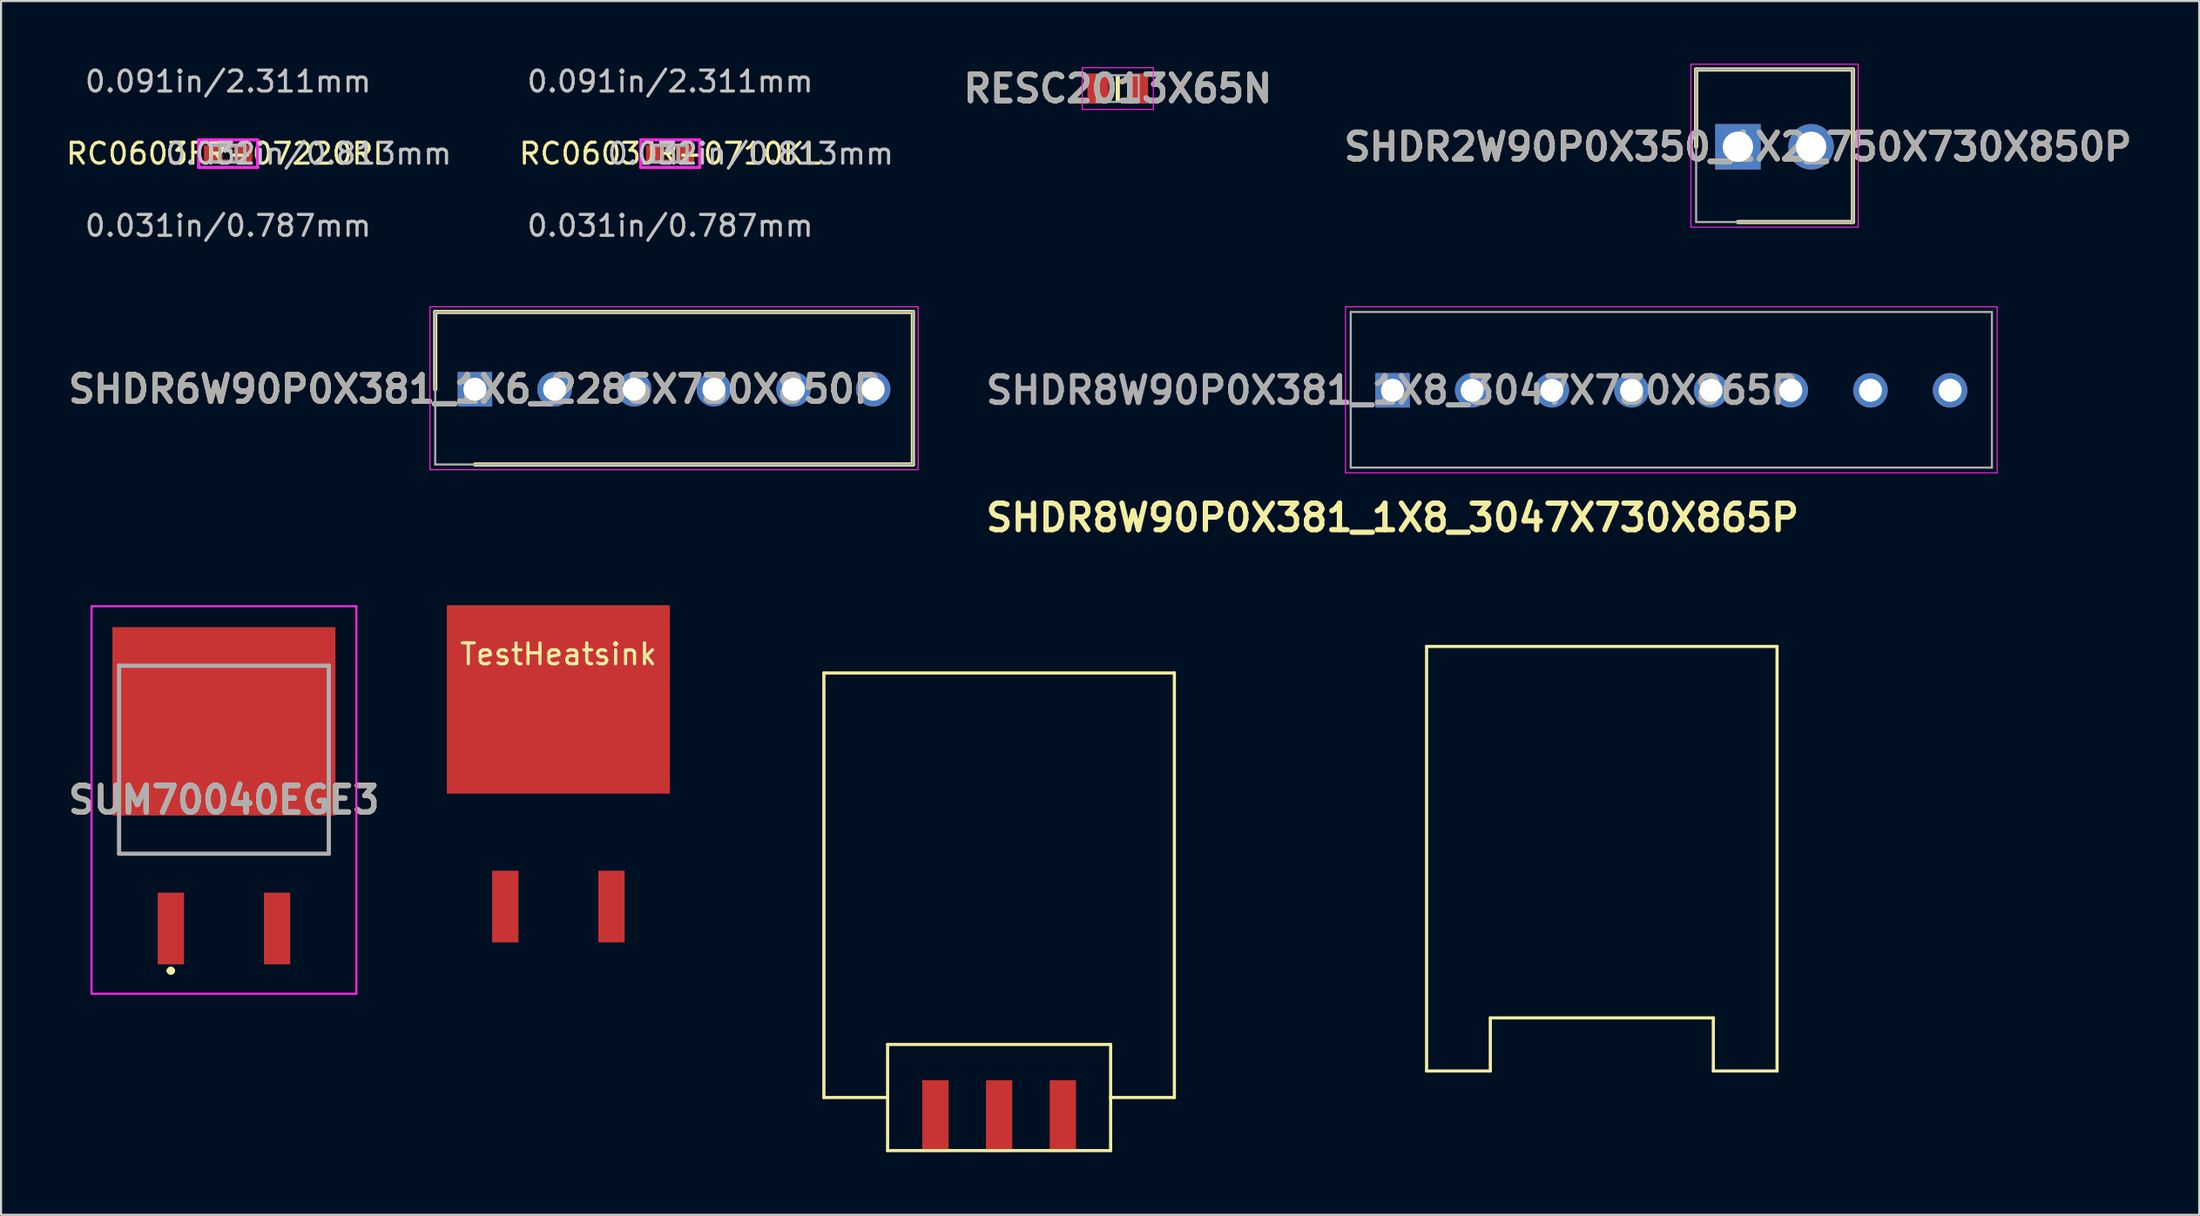
<source format=kicad_pcb>
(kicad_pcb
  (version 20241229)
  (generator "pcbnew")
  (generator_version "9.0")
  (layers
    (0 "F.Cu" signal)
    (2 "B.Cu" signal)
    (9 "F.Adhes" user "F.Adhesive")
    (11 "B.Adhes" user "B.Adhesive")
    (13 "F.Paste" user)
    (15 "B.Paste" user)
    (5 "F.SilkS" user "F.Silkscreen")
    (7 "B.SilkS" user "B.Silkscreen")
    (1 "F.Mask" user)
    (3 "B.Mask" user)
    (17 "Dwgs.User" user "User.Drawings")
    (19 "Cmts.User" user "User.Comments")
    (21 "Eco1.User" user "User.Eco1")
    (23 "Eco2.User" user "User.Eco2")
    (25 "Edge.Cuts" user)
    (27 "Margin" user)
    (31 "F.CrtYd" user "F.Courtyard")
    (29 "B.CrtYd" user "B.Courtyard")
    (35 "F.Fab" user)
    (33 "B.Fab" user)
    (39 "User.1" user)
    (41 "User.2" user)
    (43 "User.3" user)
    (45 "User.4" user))
  (footprint "RC0603FR-07220RL"
    (layer "F.Cu")
    (at 7.863 4.303)
    (property "Reference" "RC0603FR-07220RL" (at 0 0 0) (layer "F.SilkS") (effects (font (size 1 1) (thickness 0.15))))
    (attr through_hole)
    (fp_line (start -0.343 -0.356) (end 0.343 -0.356) (stroke (width 0.152) (type solid)) (layer "F.Cu"))
    (fp_line (start -0.343 0.356) (end -0.343 -0.356) (stroke (width 0.152) (type solid)) (layer "F.Cu"))
    (fp_line (start 0.343 -0.356) (end 0.343 0.356) (stroke (width 0.152) (type solid)) (layer "F.Cu"))
    (fp_line (start 0.343 0.356) (end -0.343 0.356) (stroke (width 0.152) (type solid)) (layer "F.Cu"))
    (fp_line (start -1.41 -0.66) (end 1.41 -0.66) (stroke (width 0.152) (type solid)) (layer "F.CrtYd"))
    (fp_line (start -1.41 0.66) (end -1.41 -0.66) (stroke (width 0.152) (type solid)) (layer "F.CrtYd"))
    (fp_line (start 1.41 -0.66) (end 1.41 0.66) (stroke (width 0.152) (type solid)) (layer "F.CrtYd"))
    (fp_line (start 1.41 0.66) (end -1.41 0.66) (stroke (width 0.152) (type solid)) (layer "F.CrtYd"))
    (fp_line (start -0.8 -0.406) (end -0.8 0.406) (stroke (width 0.152) (type solid)) (layer "F.Fab"))
    (fp_line (start -0.8 -0.406) (end -0.8 0.406) (stroke (width 0.152) (type solid)) (layer "F.Fab"))
    (fp_line (start -0.8 0.406) (end -0.394 0.406) (stroke (width 0.152) (type solid)) (layer "F.Fab"))
    (fp_line (start -0.8 0.406) (end 0.8 0.406) (stroke (width 0.152) (type solid)) (layer "F.Fab"))
    (fp_line (start -0.394 -0.406) (end -0.8 -0.406) (stroke (width 0.152) (type solid)) (layer "F.Fab"))
    (fp_line (start -0.394 0.406) (end -0.394 -0.406) (stroke (width 0.152) (type solid)) (layer "F.Fab"))
    (fp_line (start 0.394 -0.406) (end 0.394 0.406) (stroke (width 0.152) (type solid)) (layer "F.Fab"))
    (fp_line (start 0.394 0.406) (end 0.8 0.406) (stroke (width 0.152) (type solid)) (layer "F.Fab"))
    (fp_line (start 0.8 -0.406) (end -0.8 -0.406) (stroke (width 0.152) (type solid)) (layer "F.Fab"))
    (fp_line (start 0.8 -0.406) (end 0.394 -0.406) (stroke (width 0.152) (type solid)) (layer "F.Fab"))
    (fp_line (start 0.8 0.406) (end 0.8 -0.406) (stroke (width 0.152) (type solid)) (layer "F.Fab"))
    (fp_line (start 0.8 0.406) (end 0.8 -0.406) (stroke (width 0.152) (type solid)) (layer "F.Fab"))
    (fp_text user "*" (at 0 0 0) (layer "F.SilkS") (effects (font (size 1 1) (thickness 0.15))))
    (fp_text user "0.091in/2.311mm" (at 0 -3.454 0) (layer "Dwgs.User") (effects (font (size 1 1) (thickness 0.15))))
    (fp_text user "0.032in/0.813mm" (at 3.848 0 0) (layer "Dwgs.User") (effects (font (size 1 1) (thickness 0.15))))
    (fp_text user "0.031in/0.787mm" (at 0 3.454 0) (layer "Dwgs.User") (effects (font (size 1 1) (thickness 0.15))))
    (fp_text user "Copyright 2016 Accelerated Designs. All rights reserved." (at 0 0 0) (layer "Cmts.User") (effects (font (size 0.127 0.127) (thickness 0.002))))
    (fp_text user "*" (at 0 0 0) (layer "F.Fab") (effects (font (size 1 1) (thickness 0.15))))
    (pad "1" smd rect (at -0.775 0) (size 0.762 0.813) (layers "F.Cu" "F.Mask" "F.Paste"))
    (pad "2" smd rect (at 0.775 0) (size 0.762 0.813) (layers "F.Cu" "F.Mask" "F.Paste")))
  (footprint "RC0603JR-0710KL"
    (layer "F.Cu")
    (at 29.009 4.303)
    (property "Reference" "RC0603JR-0710KL" (at 0 0 0) (layer "F.SilkS") (effects (font (size 1 1) (thickness 0.15))))
    (attr through_hole)
    (fp_line (start -0.343 -0.356) (end 0.343 -0.356) (stroke (width 0.152) (type solid)) (layer "F.Cu"))
    (fp_line (start -0.343 0.356) (end -0.343 -0.356) (stroke (width 0.152) (type solid)) (layer "F.Cu"))
    (fp_line (start 0.343 -0.356) (end 0.343 0.356) (stroke (width 0.152) (type solid)) (layer "F.Cu"))
    (fp_line (start 0.343 0.356) (end -0.343 0.356) (stroke (width 0.152) (type solid)) (layer "F.Cu"))
    (fp_line (start -1.41 -0.66) (end 1.41 -0.66) (stroke (width 0.152) (type solid)) (layer "F.CrtYd"))
    (fp_line (start -1.41 0.66) (end -1.41 -0.66) (stroke (width 0.152) (type solid)) (layer "F.CrtYd"))
    (fp_line (start 1.41 -0.66) (end 1.41 0.66) (stroke (width 0.152) (type solid)) (layer "F.CrtYd"))
    (fp_line (start 1.41 0.66) (end -1.41 0.66) (stroke (width 0.152) (type solid)) (layer "F.CrtYd"))
    (fp_line (start -0.8 -0.406) (end -0.8 0.406) (stroke (width 0.152) (type solid)) (layer "F.Fab"))
    (fp_line (start -0.8 -0.406) (end -0.8 0.406) (stroke (width 0.152) (type solid)) (layer "F.Fab"))
    (fp_line (start -0.8 0.406) (end -0.394 0.406) (stroke (width 0.152) (type solid)) (layer "F.Fab"))
    (fp_line (start -0.8 0.406) (end 0.8 0.406) (stroke (width 0.152) (type solid)) (layer "F.Fab"))
    (fp_line (start -0.394 -0.406) (end -0.8 -0.406) (stroke (width 0.152) (type solid)) (layer "F.Fab"))
    (fp_line (start -0.394 0.406) (end -0.394 -0.406) (stroke (width 0.152) (type solid)) (layer "F.Fab"))
    (fp_line (start 0.394 -0.406) (end 0.394 0.406) (stroke (width 0.152) (type solid)) (layer "F.Fab"))
    (fp_line (start 0.394 0.406) (end 0.8 0.406) (stroke (width 0.152) (type solid)) (layer "F.Fab"))
    (fp_line (start 0.8 -0.406) (end -0.8 -0.406) (stroke (width 0.152) (type solid)) (layer "F.Fab"))
    (fp_line (start 0.8 -0.406) (end 0.394 -0.406) (stroke (width 0.152) (type solid)) (layer "F.Fab"))
    (fp_line (start 0.8 0.406) (end 0.8 -0.406) (stroke (width 0.152) (type solid)) (layer "F.Fab"))
    (fp_line (start 0.8 0.406) (end 0.8 -0.406) (stroke (width 0.152) (type solid)) (layer "F.Fab"))
    (fp_text user "*" (at 0 0 0) (layer "F.SilkS") (effects (font (size 1 1) (thickness 0.15))))
    (fp_text user "0.032in/0.813mm" (at 3.848 0 0) (layer "Dwgs.User") (effects (font (size 1 1) (thickness 0.15))))
    (fp_text user "0.091in/2.311mm" (at 0 -3.454 0) (layer "Dwgs.User") (effects (font (size 1 1) (thickness 0.15))))
    (fp_text user "0.031in/0.787mm" (at 0 3.454 0) (layer "Dwgs.User") (effects (font (size 1 1) (thickness 0.15))))
    (fp_text user "Copyright 2016 Accelerated Designs. All rights reserved." (at 0 0 0) (layer "Cmts.User") (effects (font (size 0.127 0.127) (thickness 0.002))))
    (fp_text user "*" (at 0 0 0) (layer "F.Fab") (effects (font (size 1 1) (thickness 0.15))))
    (pad "1" smd rect (at -0.775 0) (size 0.762 0.813) (layers "F.Cu" "F.Mask" "F.Paste"))
    (pad "2" smd rect (at 0.775 0) (size 0.762 0.813) (layers "F.Cu" "F.Mask" "F.Paste")))
  (footprint "SHDR6W90P0X381_1X6_2285X730X850P"
    (layer "F.Cu")
    (at 19.667 15.58)
    (property "Reference" "SHDR6W90P0X381_1X6_2285X730X850P" (at 0 0 0) (layer "F.SilkS") (effects (font (size 1.27 1.27) (thickness 0.254))))
    (attr through_hole)
    (fp_line (start -1.9 -3.7) (end -1.9 0) (stroke (width 0.2) (type solid)) (layer "F.SilkS"))
    (fp_line (start 0 3.6) (end 20.95 3.6) (stroke (width 0.2) (type solid)) (layer "F.SilkS"))
    (fp_line (start 20.95 -3.7) (end -1.9 -3.7) (stroke (width 0.2) (type solid)) (layer "F.SilkS"))
    (fp_line (start 20.95 3.6) (end 20.95 -3.7) (stroke (width 0.2) (type solid)) (layer "F.SilkS"))
    (fp_line (start -2.15 -3.95) (end 21.2 -3.95) (stroke (width 0.05) (type solid)) (layer "F.CrtYd"))
    (fp_line (start -2.15 3.85) (end -2.15 -3.95) (stroke (width 0.05) (type solid)) (layer "F.CrtYd"))
    (fp_line (start 21.2 -3.95) (end 21.2 3.85) (stroke (width 0.05) (type solid)) (layer "F.CrtYd"))
    (fp_line (start 21.2 3.85) (end -2.15 3.85) (stroke (width 0.05) (type solid)) (layer "F.CrtYd"))
    (fp_line (start -1.9 -3.7) (end 20.95 -3.7) (stroke (width 0.1) (type solid)) (layer "F.Fab"))
    (fp_line (start -1.9 3.6) (end -1.9 -3.7) (stroke (width 0.1) (type solid)) (layer "F.Fab"))
    (fp_line (start 20.95 -3.7) (end 20.95 3.6) (stroke (width 0.1) (type solid)) (layer "F.Fab"))
    (fp_line (start 20.95 3.6) (end -1.9 3.6) (stroke (width 0.1) (type solid)) (layer "F.Fab"))
    (fp_text user "${REFERENCE}" (at 0 0 0) (layer "F.Fab") (effects (font (size 1.27 1.27) (thickness 0.254))))
    (pad "1" thru_hole rect (at 0 0) (size 1.65 1.65) (drill 1.1) (layers "*.Cu" "*.Mask"))
    (pad "2" thru_hole circle (at 3.81 0) (size 1.65 1.65) (drill 1.1) (layers "*.Cu" "*.Mask"))
    (pad "3" thru_hole circle (at 7.62 0) (size 1.65 1.65) (drill 1.1) (layers "*.Cu" "*.Mask"))
    (pad "4" thru_hole circle (at 11.43 0) (size 1.65 1.65) (drill 1.1) (layers "*.Cu" "*.Mask"))
    (pad "5" thru_hole circle (at 15.24 0) (size 1.65 1.65) (drill 1.1) (layers "*.Cu" "*.Mask"))
    (pad "6" thru_hole circle (at 19.05 0) (size 1.65 1.65) (drill 1.1) (layers "*.Cu" "*.Mask")))
  (footprint "RESC2013X65N"
    (layer "F.Cu")
    (at 50.417 1.189)
    (property "Reference" "RESC2013X65N" (at 0 0 0) (layer "F.SilkS") (effects (font (size 1.27 1.27) (thickness 0.254))))
    (attr smd)
    (fp_line (start 0 -0.538) (end 0 0.538) (stroke (width 0.2) (type solid)) (layer "F.SilkS"))
    (fp_line (start -1.7 -1) (end 1.7 -1) (stroke (width 0.05) (type solid)) (layer "F.CrtYd"))
    (fp_line (start -1.7 1) (end -1.7 -1) (stroke (width 0.05) (type solid)) (layer "F.CrtYd"))
    (fp_line (start 1.7 -1) (end 1.7 1) (stroke (width 0.05) (type solid)) (layer "F.CrtYd"))
    (fp_line (start 1.7 1) (end -1.7 1) (stroke (width 0.05) (type solid)) (layer "F.CrtYd"))
    (fp_line (start -1 -0.638) (end 1 -0.638) (stroke (width 0.1) (type solid)) (layer "F.Fab"))
    (fp_line (start -1 0.638) (end -1 -0.638) (stroke (width 0.1) (type solid)) (layer "F.Fab"))
    (fp_line (start 1 -0.638) (end 1 0.638) (stroke (width 0.1) (type solid)) (layer "F.Fab"))
    (fp_line (start 1 0.638) (end -1 0.638) (stroke (width 0.1) (type solid)) (layer "F.Fab"))
    (fp_text user "${REFERENCE}" (at 0 0 0) (layer "F.Fab") (effects (font (size 1.27 1.27) (thickness 0.254))))
    (pad "1" smd rect (at -0.95 0) (size 1 1.45) (layers "F.Cu" "F.Mask" "F.Paste"))
    (pad "2" smd rect (at 0.95 0) (size 1 1.45) (layers "F.Cu" "F.Mask" "F.Paste")))
  (footprint "SUM70040EGE3"
    (layer "F.Cu")
    (at 7.662 28.81)
    (property "Reference" "SUM70040EGE3" (at 0 6.427 0) (layer "F.SilkS") (effects (font (size 1.27 1.27) (thickness 0.254))))
    (attr smd)
    (fp_line (start -5.016 7.62) (end -5.016 9) (stroke (width 0.1) (type solid)) (layer "F.SilkS"))
    (fp_line (start -5.016 9) (end 5.016 9) (stroke (width 0.1) (type solid)) (layer "F.SilkS"))
    (fp_line (start -2.64 14.6) (end -2.64 14.6) (stroke (width 0.2) (type solid)) (layer "F.SilkS"))
    (fp_line (start -2.44 14.6) (end -2.44 14.6) (stroke (width 0.2) (type solid)) (layer "F.SilkS"))
    (fp_line (start 5.016 9) (end 5.016 7.62) (stroke (width 0.1) (type solid)) (layer "F.SilkS"))
    (fp_arc (start -2.64 14.6) (mid -2.54 14.5) (end -2.44 14.6) (stroke (width 0.2) (type solid)) (layer "F.SilkS"))
    (fp_arc (start -2.44 14.6) (mid -2.54 14.7) (end -2.64 14.6) (stroke (width 0.2) (type solid)) (layer "F.SilkS"))
    (fp_line (start -6.334 -2.845) (end 6.334 -2.845) (stroke (width 0.1) (type solid)) (layer "F.CrtYd"))
    (fp_line (start -6.334 15.7) (end -6.334 -2.845) (stroke (width 0.1) (type solid)) (layer "F.CrtYd"))
    (fp_line (start 6.334 -2.845) (end 6.334 15.7) (stroke (width 0.1) (type solid)) (layer "F.CrtYd"))
    (fp_line (start 6.334 15.7) (end -6.334 15.7) (stroke (width 0.1) (type solid)) (layer "F.CrtYd"))
    (fp_line (start -5.016 0) (end 5.016 0) (stroke (width 0.2) (type solid)) (layer "F.Fab"))
    (fp_line (start -5.016 9) (end -5.016 0) (stroke (width 0.2) (type solid)) (layer "F.Fab"))
    (fp_line (start 5.016 0) (end 5.016 9) (stroke (width 0.2) (type solid)) (layer "F.Fab"))
    (fp_line (start 5.016 9) (end -5.016 9) (stroke (width 0.2) (type solid)) (layer "F.Fab"))
    (fp_text user "${REFERENCE}" (at 0 6.427 0) (layer "F.Fab") (effects (font (size 1.27 1.27) (thickness 0.254))))
    (pad "1" smd rect (at -2.54 12.577) (size 1.257 3.429) (layers "F.Cu" "F.Mask" "F.Paste"))
    (pad "2" smd rect (at 2.54 12.577) (size 1.257 3.429) (layers "F.Cu" "F.Mask" "F.Paste"))
    (pad "3" smd rect (at 0 2.663 90) (size 9.017 10.668) (layers "F.Cu" "F.Mask" "F.Paste")))
  (footprint "TestHeatsink"
    (layer "F.Cu")
    (at 36.359 29.158)
    (property "Reference" "TestHeatsink" (at -12.7 -0.897 0) (layer "F.SilkS") (effects (font (size 1 1) (thickness 0.15))))
    (attr through_hole)
    (fp_line (start 0 0) (end 16.764 0) (stroke (width 0.15) (type solid)) (layer "F.SilkS"))
    (fp_line (start 0 20.32) (end 0 0) (stroke (width 0.15) (type solid)) (layer "F.SilkS"))
    (fp_line (start 0 20.32) (end 3.048 20.32) (stroke (width 0.15) (type solid)) (layer "F.SilkS"))
    (fp_line (start 3.048 20.32) (end 3.048 17.78) (stroke (width 0.15) (type solid)) (layer "F.SilkS"))
    (fp_line (start 3.048 22.86) (end 3.048 20.32) (stroke (width 0.15) (type solid)) (layer "F.SilkS"))
    (fp_line (start 13.716 17.78) (end 3.048 17.78) (stroke (width 0.15) (type solid)) (layer "F.SilkS"))
    (fp_line (start 13.716 17.78) (end 13.716 20.32) (stroke (width 0.15) (type solid)) (layer "F.SilkS"))
    (fp_line (start 13.716 22.86) (end 3.048 22.86) (stroke (width 0.15) (type solid)) (layer "F.SilkS"))
    (fp_line (start 13.716 22.86) (end 13.716 20.32) (stroke (width 0.15) (type solid)) (layer "F.SilkS"))
    (fp_line (start 16.764 20.32) (end 13.716 20.32) (stroke (width 0.15) (type solid)) (layer "F.SilkS"))
    (fp_line (start 16.764 20.32) (end 16.764 0) (stroke (width 0.15) (type solid)) (layer "F.SilkS"))
    (fp_line (start 28.829 -1.27) (end 45.593 -1.27) (stroke (width 0.15) (type solid)) (layer "F.SilkS"))
    (fp_line (start 28.829 19.05) (end 28.829 -1.27) (stroke (width 0.15) (type solid)) (layer "F.SilkS"))
    (fp_line (start 28.829 19.05) (end 31.877 19.05) (stroke (width 0.15) (type solid)) (layer "F.SilkS"))
    (fp_line (start 31.877 19.05) (end 31.877 16.51) (stroke (width 0.15) (type solid)) (layer "F.SilkS"))
    (fp_line (start 42.545 16.51) (end 31.877 16.51) (stroke (width 0.15) (type solid)) (layer "F.SilkS"))
    (fp_line (start 42.545 16.51) (end 42.545 19.05) (stroke (width 0.15) (type solid)) (layer "F.SilkS"))
    (fp_line (start 45.593 19.05) (end 42.545 19.05) (stroke (width 0.15) (type solid)) (layer "F.SilkS"))
    (fp_line (start 45.593 19.05) (end 45.593 -1.27) (stroke (width 0.15) (type solid)) (layer "F.SilkS"))
    (pad "1" smd rect (at -12.7 1.266 90) (size 9.017 10.668) (layers "F.Cu" "F.Mask" "F.Paste"))
    (pad "2" smd rect (at -15.24 11.18) (size 1.257 3.429) (layers "F.Cu" "F.Mask" "F.Paste"))
    (pad "2" smd rect (at 5.334 21.209) (size 1.257 3.429) (layers "F.Cu" "F.Mask" "F.Paste"))
    (pad "2" smd rect (at 8.382 21.209) (size 1.257 3.429) (layers "F.Cu" "F.Mask" "F.Paste"))
    (pad "2" smd rect (at 11.43 21.209) (size 1.257 3.429) (layers "F.Cu" "F.Mask" "F.Paste"))
    (pad "3" smd rect (at -10.16 11.18) (size 1.257 3.429) (layers "F.Cu" "F.Mask" "F.Paste")))
  (footprint "SHDR8W90P0X381_1X8_3047X730X865P"
    (layer "F.Cu")
    (at 63.559 15.63)
    (property "Reference" "SHDR8W90P0X381_1X8_3047X730X865P" (at 0 6.096 0) (layer "F.SilkS") (effects (font (size 1.27 1.27) (thickness 0.254))))
    (attr through_hole)
    (fp_line (start -2.25 -4) (end 28.92 -4) (stroke (width 0.05) (type solid)) (layer "F.CrtYd"))
    (fp_line (start -2.25 3.95) (end -2.25 -4) (stroke (width 0.05) (type solid)) (layer "F.CrtYd"))
    (fp_line (start 28.92 -4) (end 28.92 3.95) (stroke (width 0.05) (type solid)) (layer "F.CrtYd"))
    (fp_line (start 28.92 3.95) (end -2.25 3.95) (stroke (width 0.05) (type solid)) (layer "F.CrtYd"))
    (fp_line (start -2 -3.75) (end 28.67 -3.75) (stroke (width 0.1) (type solid)) (layer "F.Fab"))
    (fp_line (start -2 3.7) (end -2 -3.75) (stroke (width 0.1) (type solid)) (layer "F.Fab"))
    (fp_line (start 28.67 -3.75) (end 28.67 3.7) (stroke (width 0.1) (type solid)) (layer "F.Fab"))
    (fp_line (start 28.67 3.7) (end -2 3.7) (stroke (width 0.1) (type solid)) (layer "F.Fab"))
    (fp_text user "${REFERENCE}" (at 0 0 0) (layer "F.Fab") (effects (font (size 1.27 1.27) (thickness 0.254))))
    (pad "1" thru_hole rect (at 0 0) (size 1.65 1.65) (drill 1.1) (layers "*.Cu" "*.Mask"))
    (pad "2" thru_hole circle (at 3.81 0) (size 1.65 1.65) (drill 1.1) (layers "*.Cu" "*.Mask"))
    (pad "3" thru_hole circle (at 7.62 0) (size 1.65 1.65) (drill 1.1) (layers "*.Cu" "*.Mask"))
    (pad "4" thru_hole circle (at 11.43 0) (size 1.65 1.65) (drill 1.1) (layers "*.Cu" "*.Mask"))
    (pad "5" thru_hole circle (at 15.24 0) (size 1.65 1.65) (drill 1.1) (layers "*.Cu" "*.Mask"))
    (pad "6" thru_hole circle (at 19.05 0) (size 1.65 1.65) (drill 1.1) (layers "*.Cu" "*.Mask"))
    (pad "7" thru_hole circle (at 22.86 0) (size 1.65 1.65) (drill 1.1) (layers "*.Cu" "*.Mask"))
    (pad "8" thru_hole circle (at 26.67 0) (size 1.65 1.65) (drill 1.1) (layers "*.Cu" "*.Mask")))
  (footprint "SHDR2W90P0X350_1X2_750X730X850P"
    (layer "F.Cu")
    (at 80.081 3.975)
    (property "Reference" "SHDR2W90P0X350_1X2_750X730X850P" (at 0 0 0) (layer "F.SilkS") (effects (font (size 1.27 1.27) (thickness 0.254))))
    (attr through_hole)
    (fp_line (start -2 -3.7) (end -2 0) (stroke (width 0.2) (type solid)) (layer "F.SilkS"))
    (fp_line (start 0 3.6) (end 5.5 3.6) (stroke (width 0.2) (type solid)) (layer "F.SilkS"))
    (fp_line (start 5.5 -3.7) (end -2 -3.7) (stroke (width 0.2) (type solid)) (layer "F.SilkS"))
    (fp_line (start 5.5 3.6) (end 5.5 -3.7) (stroke (width 0.2) (type solid)) (layer "F.SilkS"))
    (fp_line (start -2.25 -3.95) (end 5.75 -3.95) (stroke (width 0.05) (type solid)) (layer "F.CrtYd"))
    (fp_line (start -2.25 3.85) (end -2.25 -3.95) (stroke (width 0.05) (type solid)) (layer "F.CrtYd"))
    (fp_line (start 5.75 -3.95) (end 5.75 3.85) (stroke (width 0.05) (type solid)) (layer "F.CrtYd"))
    (fp_line (start 5.75 3.85) (end -2.25 3.85) (stroke (width 0.05) (type solid)) (layer "F.CrtYd"))
    (fp_line (start -2 -3.7) (end 5.5 -3.7) (stroke (width 0.1) (type solid)) (layer "F.Fab"))
    (fp_line (start -2 3.6) (end -2 -3.7) (stroke (width 0.1) (type solid)) (layer "F.Fab"))
    (fp_line (start 5.5 -3.7) (end 5.5 3.6) (stroke (width 0.1) (type solid)) (layer "F.Fab"))
    (fp_line (start 5.5 3.6) (end -2 3.6) (stroke (width 0.1) (type solid)) (layer "F.Fab"))
    (fp_text user "${REFERENCE}" (at 0 0 0) (layer "F.Fab") (effects (font (size 1.27 1.27) (thickness 0.254))))
    (pad "1" thru_hole rect (at 0 0) (size 2.175 2.175) (drill 1.45) (layers "*.Cu" "*.Mask"))
    (pad "2" thru_hole circle (at 3.5 0) (size 2.175 2.175) (drill 1.45) (layers "*.Cu" "*.Mask")))
  (gr_rect
    (start -3 -3)
    (end 102.143 55.093)
    (stroke (width 0.1) (type default))
    (fill no)
    (layer "Edge.Cuts")))
</source>
